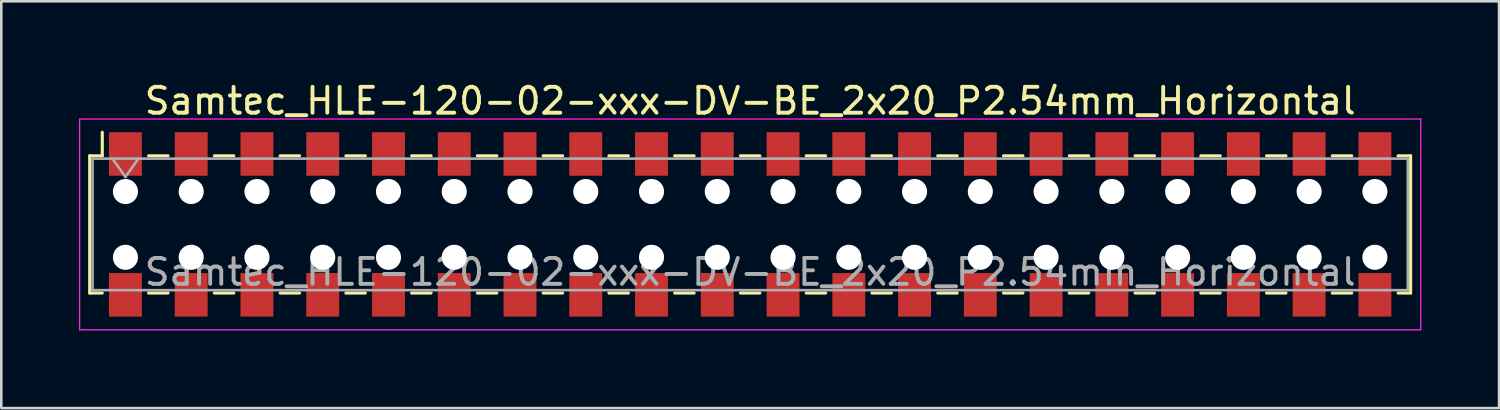
<source format=kicad_pcb>
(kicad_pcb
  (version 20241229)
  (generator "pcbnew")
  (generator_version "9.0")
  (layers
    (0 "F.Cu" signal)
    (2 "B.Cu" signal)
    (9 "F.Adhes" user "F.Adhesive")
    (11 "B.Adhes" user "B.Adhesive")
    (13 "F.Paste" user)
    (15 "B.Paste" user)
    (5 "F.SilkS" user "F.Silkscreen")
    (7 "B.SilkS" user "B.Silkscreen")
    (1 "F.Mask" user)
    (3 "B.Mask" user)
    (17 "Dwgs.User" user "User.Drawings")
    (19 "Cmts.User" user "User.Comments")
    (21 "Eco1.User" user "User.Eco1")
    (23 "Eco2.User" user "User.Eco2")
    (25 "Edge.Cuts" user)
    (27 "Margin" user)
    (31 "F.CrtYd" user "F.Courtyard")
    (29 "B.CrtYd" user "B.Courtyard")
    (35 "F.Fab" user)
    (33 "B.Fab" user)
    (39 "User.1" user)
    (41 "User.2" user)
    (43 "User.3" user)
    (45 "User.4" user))
  (footprint "Samtec_HLE-120-02-xxx-DV-BE_2x20_P2.54mm_Horizontal"
    (layer "F.Cu")
    (at 25.925 5.618)
    (property "Reference" "Samtec_HLE-120-02-xxx-DV-BE_2x20_P2.54mm_Horizontal" (at 0 -4.77 0) (layer "F.SilkS") (effects (font (size 1 1) (thickness 0.15))))
    (attr smd)
    (fp_line (start -25.51 -2.65) (end -25.51 2.65) (stroke (width 0.12) (type solid)) (layer "F.SilkS"))
    (fp_line (start -25.51 2.65) (end -25.025 2.65) (stroke (width 0.12) (type solid)) (layer "F.SilkS"))
    (fp_line (start -25.025 -3.56) (end -25.025 -2.65) (stroke (width 0.12) (type solid)) (layer "F.SilkS"))
    (fp_line (start -25.025 -2.65) (end -25.51 -2.65) (stroke (width 0.12) (type solid)) (layer "F.SilkS"))
    (fp_line (start -23.235 -2.65) (end -22.485 -2.65) (stroke (width 0.12) (type solid)) (layer "F.SilkS"))
    (fp_line (start -23.235 2.65) (end -22.485 2.65) (stroke (width 0.12) (type solid)) (layer "F.SilkS"))
    (fp_line (start -20.695 -2.65) (end -19.945 -2.65) (stroke (width 0.12) (type solid)) (layer "F.SilkS"))
    (fp_line (start -20.695 2.65) (end -19.945 2.65) (stroke (width 0.12) (type solid)) (layer "F.SilkS"))
    (fp_line (start -18.155 -2.65) (end -17.405 -2.65) (stroke (width 0.12) (type solid)) (layer "F.SilkS"))
    (fp_line (start -18.155 2.65) (end -17.405 2.65) (stroke (width 0.12) (type solid)) (layer "F.SilkS"))
    (fp_line (start -15.615 -2.65) (end -14.865 -2.65) (stroke (width 0.12) (type solid)) (layer "F.SilkS"))
    (fp_line (start -15.615 2.65) (end -14.865 2.65) (stroke (width 0.12) (type solid)) (layer "F.SilkS"))
    (fp_line (start -13.075 -2.65) (end -12.325 -2.65) (stroke (width 0.12) (type solid)) (layer "F.SilkS"))
    (fp_line (start -13.075 2.65) (end -12.325 2.65) (stroke (width 0.12) (type solid)) (layer "F.SilkS"))
    (fp_line (start -10.535 -2.65) (end -9.785 -2.65) (stroke (width 0.12) (type solid)) (layer "F.SilkS"))
    (fp_line (start -10.535 2.65) (end -9.785 2.65) (stroke (width 0.12) (type solid)) (layer "F.SilkS"))
    (fp_line (start -7.995 -2.65) (end -7.245 -2.65) (stroke (width 0.12) (type solid)) (layer "F.SilkS"))
    (fp_line (start -7.995 2.65) (end -7.245 2.65) (stroke (width 0.12) (type solid)) (layer "F.SilkS"))
    (fp_line (start -5.455 -2.65) (end -4.705 -2.65) (stroke (width 0.12) (type solid)) (layer "F.SilkS"))
    (fp_line (start -5.455 2.65) (end -4.705 2.65) (stroke (width 0.12) (type solid)) (layer "F.SilkS"))
    (fp_line (start -2.915 -2.65) (end -2.165 -2.65) (stroke (width 0.12) (type solid)) (layer "F.SilkS"))
    (fp_line (start -2.915 2.65) (end -2.165 2.65) (stroke (width 0.12) (type solid)) (layer "F.SilkS"))
    (fp_line (start -0.375 -2.65) (end 0.375 -2.65) (stroke (width 0.12) (type solid)) (layer "F.SilkS"))
    (fp_line (start -0.375 2.65) (end 0.375 2.65) (stroke (width 0.12) (type solid)) (layer "F.SilkS"))
    (fp_line (start 2.165 -2.65) (end 2.915 -2.65) (stroke (width 0.12) (type solid)) (layer "F.SilkS"))
    (fp_line (start 2.165 2.65) (end 2.915 2.65) (stroke (width 0.12) (type solid)) (layer "F.SilkS"))
    (fp_line (start 4.705 -2.65) (end 5.455 -2.65) (stroke (width 0.12) (type solid)) (layer "F.SilkS"))
    (fp_line (start 4.705 2.65) (end 5.455 2.65) (stroke (width 0.12) (type solid)) (layer "F.SilkS"))
    (fp_line (start 7.245 -2.65) (end 7.995 -2.65) (stroke (width 0.12) (type solid)) (layer "F.SilkS"))
    (fp_line (start 7.245 2.65) (end 7.995 2.65) (stroke (width 0.12) (type solid)) (layer "F.SilkS"))
    (fp_line (start 9.785 -2.65) (end 10.535 -2.65) (stroke (width 0.12) (type solid)) (layer "F.SilkS"))
    (fp_line (start 9.785 2.65) (end 10.535 2.65) (stroke (width 0.12) (type solid)) (layer "F.SilkS"))
    (fp_line (start 12.325 -2.65) (end 13.075 -2.65) (stroke (width 0.12) (type solid)) (layer "F.SilkS"))
    (fp_line (start 12.325 2.65) (end 13.075 2.65) (stroke (width 0.12) (type solid)) (layer "F.SilkS"))
    (fp_line (start 14.865 -2.65) (end 15.615 -2.65) (stroke (width 0.12) (type solid)) (layer "F.SilkS"))
    (fp_line (start 14.865 2.65) (end 15.615 2.65) (stroke (width 0.12) (type solid)) (layer "F.SilkS"))
    (fp_line (start 17.405 -2.65) (end 18.155 -2.65) (stroke (width 0.12) (type solid)) (layer "F.SilkS"))
    (fp_line (start 17.405 2.65) (end 18.155 2.65) (stroke (width 0.12) (type solid)) (layer "F.SilkS"))
    (fp_line (start 19.945 -2.65) (end 20.695 -2.65) (stroke (width 0.12) (type solid)) (layer "F.SilkS"))
    (fp_line (start 19.945 2.65) (end 20.695 2.65) (stroke (width 0.12) (type solid)) (layer "F.SilkS"))
    (fp_line (start 22.485 -2.65) (end 23.235 -2.65) (stroke (width 0.12) (type solid)) (layer "F.SilkS"))
    (fp_line (start 22.485 2.65) (end 23.235 2.65) (stroke (width 0.12) (type solid)) (layer "F.SilkS"))
    (fp_line (start 25.025 -2.65) (end 25.51 -2.65) (stroke (width 0.12) (type solid)) (layer "F.SilkS"))
    (fp_line (start 25.51 -2.65) (end 25.51 2.65) (stroke (width 0.12) (type solid)) (layer "F.SilkS"))
    (fp_line (start 25.51 2.65) (end 25.025 2.65) (stroke (width 0.12) (type solid)) (layer "F.SilkS"))
    (fp_line (start -25.9 -4.07) (end 25.9 -4.07) (stroke (width 0.05) (type solid)) (layer "F.CrtYd"))
    (fp_line (start -25.9 4.07) (end -25.9 -4.07) (stroke (width 0.05) (type solid)) (layer "F.CrtYd"))
    (fp_line (start 25.9 -4.07) (end 25.9 4.07) (stroke (width 0.05) (type solid)) (layer "F.CrtYd"))
    (fp_line (start 25.9 4.07) (end -25.9 4.07) (stroke (width 0.05) (type solid)) (layer "F.CrtYd"))
    (fp_line (start -25.4 -2.54) (end 25.4 -2.54) (stroke (width 0.1) (type solid)) (layer "F.Fab"))
    (fp_line (start -25.4 2.54) (end -25.4 -2.54) (stroke (width 0.1) (type solid)) (layer "F.Fab"))
    (fp_line (start -24.63 -2.54) (end -24.13 -1.833) (stroke (width 0.1) (type solid)) (layer "F.Fab"))
    (fp_line (start -24.13 -1.833) (end -23.63 -2.54) (stroke (width 0.1) (type solid)) (layer "F.Fab"))
    (fp_line (start 25.4 -2.54) (end 25.4 2.54) (stroke (width 0.1) (type solid)) (layer "F.Fab"))
    (fp_line (start 25.4 2.54) (end -25.4 2.54) (stroke (width 0.1) (type solid)) (layer "F.Fab"))
    (fp_text user "${REFERENCE}" (at 0 1.84 0) (layer "F.Fab") (effects (font (size 1 1) (thickness 0.15))))
    (pad "" np_thru_hole circle (at -24.13 -1.27) (size 0.97 0.97) (drill 0.97) (layers "*.Cu" "*.Mask"))
    (pad "" np_thru_hole circle (at -24.13 1.27) (size 0.97 0.97) (drill 0.97) (layers "*.Cu" "*.Mask"))
    (pad "" np_thru_hole circle (at -21.59 -1.27) (size 0.97 0.97) (drill 0.97) (layers "*.Cu" "*.Mask"))
    (pad "" np_thru_hole circle (at -21.59 1.27) (size 0.97 0.97) (drill 0.97) (layers "*.Cu" "*.Mask"))
    (pad "" np_thru_hole circle (at -19.05 -1.27) (size 0.97 0.97) (drill 0.97) (layers "*.Cu" "*.Mask"))
    (pad "" np_thru_hole circle (at -19.05 1.27) (size 0.97 0.97) (drill 0.97) (layers "*.Cu" "*.Mask"))
    (pad "" np_thru_hole circle (at -16.51 -1.27) (size 0.97 0.97) (drill 0.97) (layers "*.Cu" "*.Mask"))
    (pad "" np_thru_hole circle (at -16.51 1.27) (size 0.97 0.97) (drill 0.97) (layers "*.Cu" "*.Mask"))
    (pad "" np_thru_hole circle (at -13.97 -1.27) (size 0.97 0.97) (drill 0.97) (layers "*.Cu" "*.Mask"))
    (pad "" np_thru_hole circle (at -13.97 1.27) (size 0.97 0.97) (drill 0.97) (layers "*.Cu" "*.Mask"))
    (pad "" np_thru_hole circle (at -11.43 -1.27) (size 0.97 0.97) (drill 0.97) (layers "*.Cu" "*.Mask"))
    (pad "" np_thru_hole circle (at -11.43 1.27) (size 0.97 0.97) (drill 0.97) (layers "*.Cu" "*.Mask"))
    (pad "" np_thru_hole circle (at -8.89 -1.27) (size 0.97 0.97) (drill 0.97) (layers "*.Cu" "*.Mask"))
    (pad "" np_thru_hole circle (at -8.89 1.27) (size 0.97 0.97) (drill 0.97) (layers "*.Cu" "*.Mask"))
    (pad "" np_thru_hole circle (at -6.35 -1.27) (size 0.97 0.97) (drill 0.97) (layers "*.Cu" "*.Mask"))
    (pad "" np_thru_hole circle (at -6.35 1.27) (size 0.97 0.97) (drill 0.97) (layers "*.Cu" "*.Mask"))
    (pad "" np_thru_hole circle (at -3.81 -1.27) (size 0.97 0.97) (drill 0.97) (layers "*.Cu" "*.Mask"))
    (pad "" np_thru_hole circle (at -3.81 1.27) (size 0.97 0.97) (drill 0.97) (layers "*.Cu" "*.Mask"))
    (pad "" np_thru_hole circle (at -1.27 -1.27) (size 0.97 0.97) (drill 0.97) (layers "*.Cu" "*.Mask"))
    (pad "" np_thru_hole circle (at -1.27 1.27) (size 0.97 0.97) (drill 0.97) (layers "*.Cu" "*.Mask"))
    (pad "" np_thru_hole circle (at 1.27 -1.27) (size 0.97 0.97) (drill 0.97) (layers "*.Cu" "*.Mask"))
    (pad "" np_thru_hole circle (at 1.27 1.27) (size 0.97 0.97) (drill 0.97) (layers "*.Cu" "*.Mask"))
    (pad "" np_thru_hole circle (at 3.81 -1.27) (size 0.97 0.97) (drill 0.97) (layers "*.Cu" "*.Mask"))
    (pad "" np_thru_hole circle (at 3.81 1.27) (size 0.97 0.97) (drill 0.97) (layers "*.Cu" "*.Mask"))
    (pad "" np_thru_hole circle (at 6.35 -1.27) (size 0.97 0.97) (drill 0.97) (layers "*.Cu" "*.Mask"))
    (pad "" np_thru_hole circle (at 6.35 1.27) (size 0.97 0.97) (drill 0.97) (layers "*.Cu" "*.Mask"))
    (pad "" np_thru_hole circle (at 8.89 -1.27) (size 0.97 0.97) (drill 0.97) (layers "*.Cu" "*.Mask"))
    (pad "" np_thru_hole circle (at 8.89 1.27) (size 0.97 0.97) (drill 0.97) (layers "*.Cu" "*.Mask"))
    (pad "" np_thru_hole circle (at 11.43 -1.27) (size 0.97 0.97) (drill 0.97) (layers "*.Cu" "*.Mask"))
    (pad "" np_thru_hole circle (at 11.43 1.27) (size 0.97 0.97) (drill 0.97) (layers "*.Cu" "*.Mask"))
    (pad "" np_thru_hole circle (at 13.97 -1.27) (size 0.97 0.97) (drill 0.97) (layers "*.Cu" "*.Mask"))
    (pad "" np_thru_hole circle (at 13.97 1.27) (size 0.97 0.97) (drill 0.97) (layers "*.Cu" "*.Mask"))
    (pad "" np_thru_hole circle (at 16.51 -1.27) (size 0.97 0.97) (drill 0.97) (layers "*.Cu" "*.Mask"))
    (pad "" np_thru_hole circle (at 16.51 1.27) (size 0.97 0.97) (drill 0.97) (layers "*.Cu" "*.Mask"))
    (pad "" np_thru_hole circle (at 19.05 -1.27) (size 0.97 0.97) (drill 0.97) (layers "*.Cu" "*.Mask"))
    (pad "" np_thru_hole circle (at 19.05 1.27) (size 0.97 0.97) (drill 0.97) (layers "*.Cu" "*.Mask"))
    (pad "" np_thru_hole circle (at 21.59 -1.27) (size 0.97 0.97) (drill 0.97) (layers "*.Cu" "*.Mask"))
    (pad "" np_thru_hole circle (at 21.59 1.27) (size 0.97 0.97) (drill 0.97) (layers "*.Cu" "*.Mask"))
    (pad "" np_thru_hole circle (at 24.13 -1.27) (size 0.97 0.97) (drill 0.97) (layers "*.Cu" "*.Mask"))
    (pad "" np_thru_hole circle (at 24.13 1.27) (size 0.97 0.97) (drill 0.97) (layers "*.Cu" "*.Mask"))
    (pad "1" smd rect (at -24.13 -2.72) (size 1.27 1.68) (layers "F.Cu" "F.Mask" "F.Paste"))
    (pad "2" smd rect (at -24.13 2.72) (size 1.27 1.68) (layers "F.Cu" "F.Mask" "F.Paste"))
    (pad "3" smd rect (at -21.59 -2.72) (size 1.27 1.68) (layers "F.Cu" "F.Mask" "F.Paste"))
    (pad "4" smd rect (at -21.59 2.72) (size 1.27 1.68) (layers "F.Cu" "F.Mask" "F.Paste"))
    (pad "5" smd rect (at -19.05 -2.72) (size 1.27 1.68) (layers "F.Cu" "F.Mask" "F.Paste"))
    (pad "6" smd rect (at -19.05 2.72) (size 1.27 1.68) (layers "F.Cu" "F.Mask" "F.Paste"))
    (pad "7" smd rect (at -16.51 -2.72) (size 1.27 1.68) (layers "F.Cu" "F.Mask" "F.Paste"))
    (pad "8" smd rect (at -16.51 2.72) (size 1.27 1.68) (layers "F.Cu" "F.Mask" "F.Paste"))
    (pad "9" smd rect (at -13.97 -2.72) (size 1.27 1.68) (layers "F.Cu" "F.Mask" "F.Paste"))
    (pad "10" smd rect (at -13.97 2.72) (size 1.27 1.68) (layers "F.Cu" "F.Mask" "F.Paste"))
    (pad "11" smd rect (at -11.43 -2.72) (size 1.27 1.68) (layers "F.Cu" "F.Mask" "F.Paste"))
    (pad "12" smd rect (at -11.43 2.72) (size 1.27 1.68) (layers "F.Cu" "F.Mask" "F.Paste"))
    (pad "13" smd rect (at -8.89 -2.72) (size 1.27 1.68) (layers "F.Cu" "F.Mask" "F.Paste"))
    (pad "14" smd rect (at -8.89 2.72) (size 1.27 1.68) (layers "F.Cu" "F.Mask" "F.Paste"))
    (pad "15" smd rect (at -6.35 -2.72) (size 1.27 1.68) (layers "F.Cu" "F.Mask" "F.Paste"))
    (pad "16" smd rect (at -6.35 2.72) (size 1.27 1.68) (layers "F.Cu" "F.Mask" "F.Paste"))
    (pad "17" smd rect (at -3.81 -2.72) (size 1.27 1.68) (layers "F.Cu" "F.Mask" "F.Paste"))
    (pad "18" smd rect (at -3.81 2.72) (size 1.27 1.68) (layers "F.Cu" "F.Mask" "F.Paste"))
    (pad "19" smd rect (at -1.27 -2.72) (size 1.27 1.68) (layers "F.Cu" "F.Mask" "F.Paste"))
    (pad "20" smd rect (at -1.27 2.72) (size 1.27 1.68) (layers "F.Cu" "F.Mask" "F.Paste"))
    (pad "21" smd rect (at 1.27 -2.72) (size 1.27 1.68) (layers "F.Cu" "F.Mask" "F.Paste"))
    (pad "22" smd rect (at 1.27 2.72) (size 1.27 1.68) (layers "F.Cu" "F.Mask" "F.Paste"))
    (pad "23" smd rect (at 3.81 -2.72) (size 1.27 1.68) (layers "F.Cu" "F.Mask" "F.Paste"))
    (pad "24" smd rect (at 3.81 2.72) (size 1.27 1.68) (layers "F.Cu" "F.Mask" "F.Paste"))
    (pad "25" smd rect (at 6.35 -2.72) (size 1.27 1.68) (layers "F.Cu" "F.Mask" "F.Paste"))
    (pad "26" smd rect (at 6.35 2.72) (size 1.27 1.68) (layers "F.Cu" "F.Mask" "F.Paste"))
    (pad "27" smd rect (at 8.89 -2.72) (size 1.27 1.68) (layers "F.Cu" "F.Mask" "F.Paste"))
    (pad "28" smd rect (at 8.89 2.72) (size 1.27 1.68) (layers "F.Cu" "F.Mask" "F.Paste"))
    (pad "29" smd rect (at 11.43 -2.72) (size 1.27 1.68) (layers "F.Cu" "F.Mask" "F.Paste"))
    (pad "30" smd rect (at 11.43 2.72) (size 1.27 1.68) (layers "F.Cu" "F.Mask" "F.Paste"))
    (pad "31" smd rect (at 13.97 -2.72) (size 1.27 1.68) (layers "F.Cu" "F.Mask" "F.Paste"))
    (pad "32" smd rect (at 13.97 2.72) (size 1.27 1.68) (layers "F.Cu" "F.Mask" "F.Paste"))
    (pad "33" smd rect (at 16.51 -2.72) (size 1.27 1.68) (layers "F.Cu" "F.Mask" "F.Paste"))
    (pad "34" smd rect (at 16.51 2.72) (size 1.27 1.68) (layers "F.Cu" "F.Mask" "F.Paste"))
    (pad "35" smd rect (at 19.05 -2.72) (size 1.27 1.68) (layers "F.Cu" "F.Mask" "F.Paste"))
    (pad "36" smd rect (at 19.05 2.72) (size 1.27 1.68) (layers "F.Cu" "F.Mask" "F.Paste"))
    (pad "37" smd rect (at 21.59 -2.72) (size 1.27 1.68) (layers "F.Cu" "F.Mask" "F.Paste"))
    (pad "38" smd rect (at 21.59 2.72) (size 1.27 1.68) (layers "F.Cu" "F.Mask" "F.Paste"))
    (pad "39" smd rect (at 24.13 -2.72) (size 1.27 1.68) (layers "F.Cu" "F.Mask" "F.Paste"))
    (pad "40" smd rect (at 24.13 2.72) (size 1.27 1.68) (layers "F.Cu" "F.Mask" "F.Paste")))
  (gr_rect
    (start -3 -3)
    (end 54.85 12.713)
    (stroke (width 0.1) (type default))
    (fill no)
    (layer "Edge.Cuts")))
</source>
